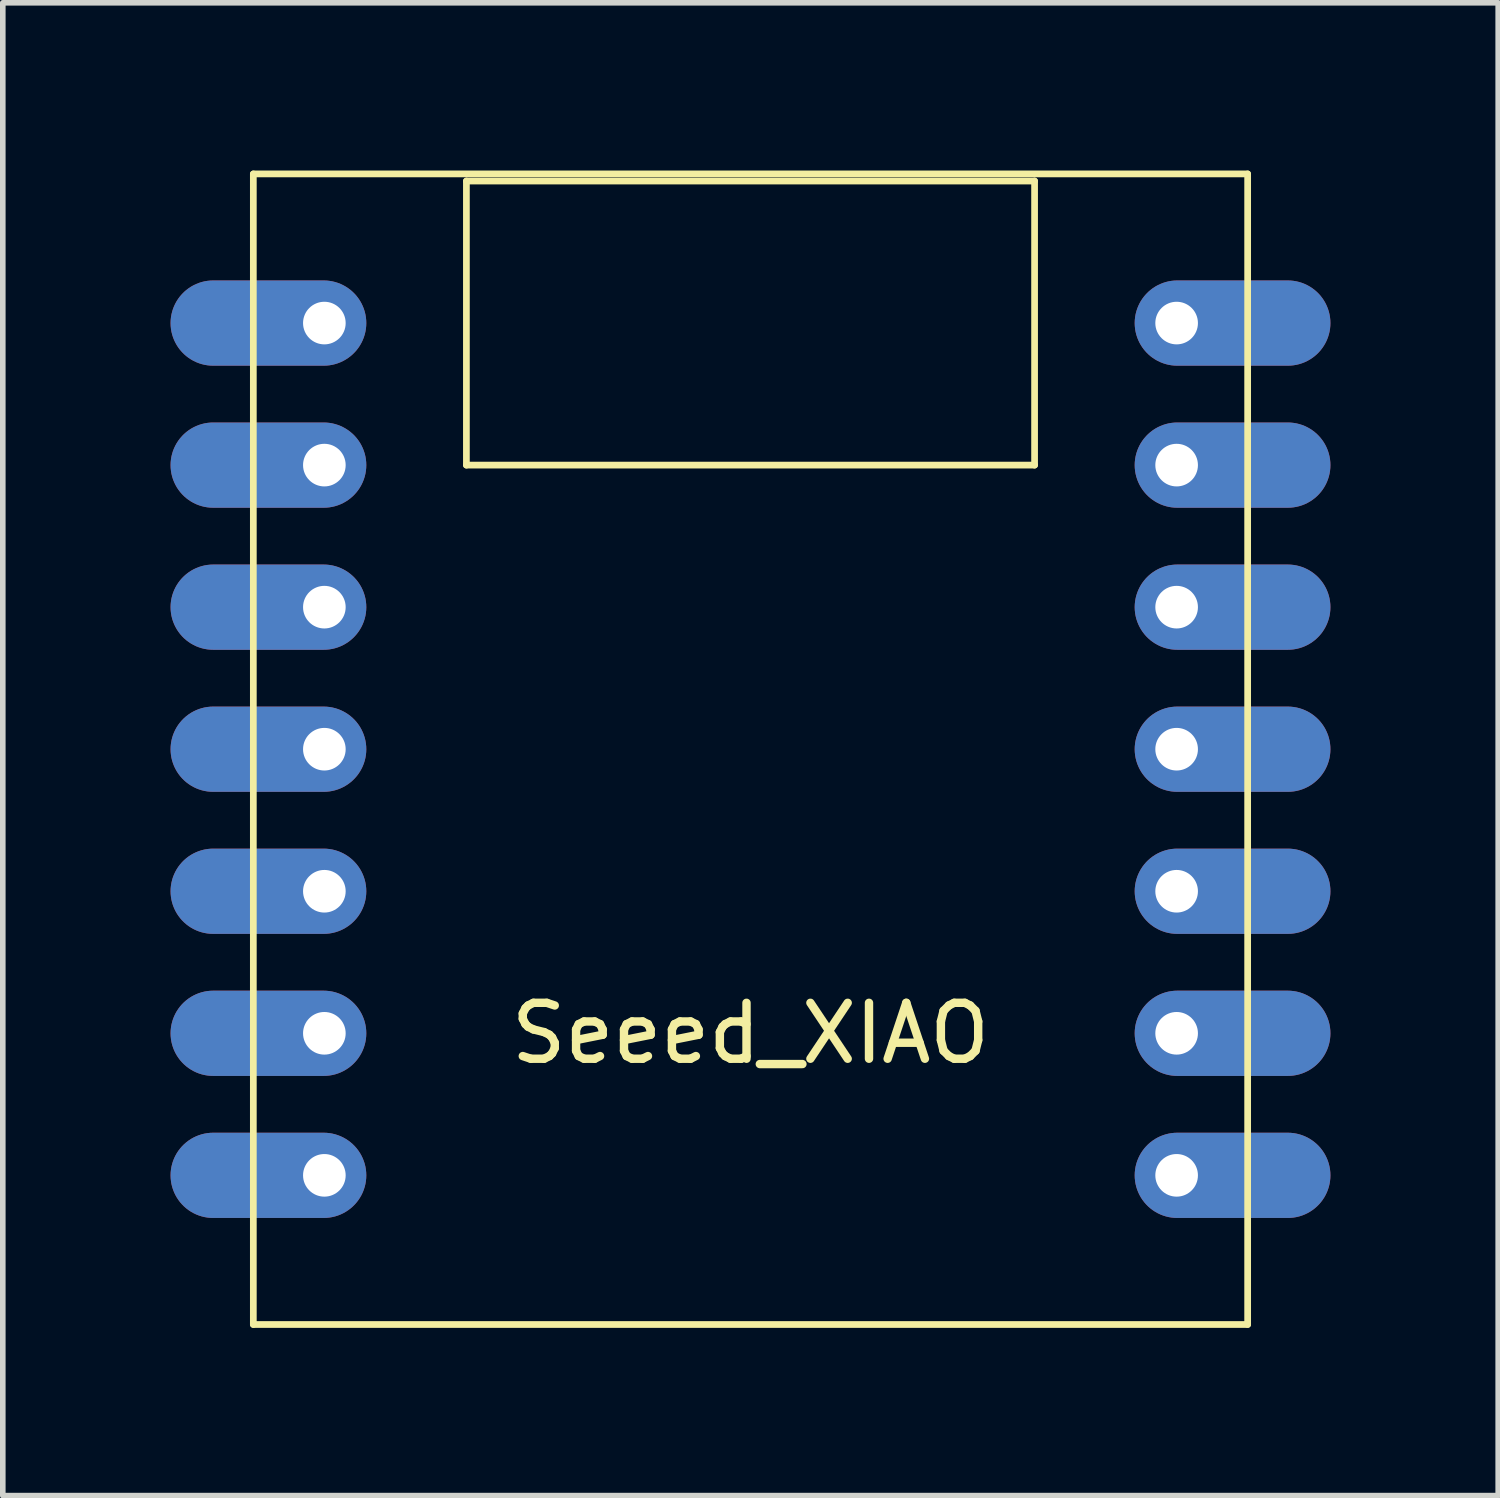
<source format=kicad_pcb>
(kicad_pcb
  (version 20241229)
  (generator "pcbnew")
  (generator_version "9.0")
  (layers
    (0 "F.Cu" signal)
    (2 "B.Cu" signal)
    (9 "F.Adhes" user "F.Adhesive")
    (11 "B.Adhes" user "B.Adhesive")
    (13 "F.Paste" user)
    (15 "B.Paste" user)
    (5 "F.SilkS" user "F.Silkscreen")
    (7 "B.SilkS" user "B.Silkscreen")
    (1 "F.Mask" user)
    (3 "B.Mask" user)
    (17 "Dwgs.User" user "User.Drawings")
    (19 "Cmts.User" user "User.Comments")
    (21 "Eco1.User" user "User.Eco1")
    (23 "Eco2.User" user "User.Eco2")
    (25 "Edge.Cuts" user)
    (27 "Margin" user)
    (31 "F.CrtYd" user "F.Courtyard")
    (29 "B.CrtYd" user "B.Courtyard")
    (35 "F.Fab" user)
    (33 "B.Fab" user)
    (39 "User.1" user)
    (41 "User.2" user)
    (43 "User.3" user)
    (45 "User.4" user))
  (footprint "Seeed_XIAO"
    (layer "F.Cu")
    (at 10.37 10.347)
    (property "Reference" "Seeed_XIAO" (at 0 5.08 0) (layer "F.SilkS") (effects (font (size 1 1) (thickness 0.15))))
    (attr through_hole)
    (fp_line (start -8.89 -10.287) (end -8.89 10.287) (stroke (width 0.12) (type solid)) (layer "F.SilkS"))
    (fp_line (start -8.89 -10.287) (end 8.89 -10.287) (stroke (width 0.12) (type solid)) (layer "F.SilkS"))
    (fp_line (start -5.08 -10.16) (end 5.08 -10.16) (stroke (width 0.12) (type solid)) (layer "F.SilkS"))
    (fp_line (start -5.08 -5.08) (end -5.08 -10.16) (stroke (width 0.12) (type solid)) (layer "F.SilkS"))
    (fp_line (start 5.08 -10.16) (end 5.08 -5.08) (stroke (width 0.12) (type solid)) (layer "F.SilkS"))
    (fp_line (start 5.08 -5.08) (end -5.08 -5.08) (stroke (width 0.12) (type solid)) (layer "F.SilkS"))
    (fp_line (start 8.89 -10.287) (end 8.89 10.287) (stroke (width 0.12) (type solid)) (layer "F.SilkS"))
    (fp_line (start 8.89 10.287) (end -8.89 10.287) (stroke (width 0.12) (type solid)) (layer "F.SilkS"))
    (pad "1" thru_hole oval (at -7.62 -7.62) (size 3.5 1.524) (drill 0.762 (offset -1 0)) (layers "*.Cu" "*.Mask"))
    (pad "2" thru_hole oval (at -7.62 -5.08) (size 3.5 1.524) (drill 0.762 (offset -1 0)) (layers "*.Cu" "*.Mask"))
    (pad "3" thru_hole oval (at -7.62 -2.54) (size 3.5 1.524) (drill 0.762 (offset -1 0)) (layers "*.Cu" "*.Mask"))
    (pad "4" thru_hole oval (at -7.62 0) (size 3.5 1.524) (drill 0.762 (offset -1 0)) (layers "*.Cu" "*.Mask"))
    (pad "5" thru_hole oval (at -7.62 2.54) (size 3.5 1.524) (drill 0.762 (offset -1 0)) (layers "*.Cu" "*.Mask"))
    (pad "6" thru_hole oval (at -7.62 5.08) (size 3.5 1.524) (drill 0.762 (offset -1 0)) (layers "*.Cu" "*.Mask"))
    (pad "7" thru_hole oval (at -7.62 7.62) (size 3.5 1.524) (drill 0.762 (offset -1 0)) (layers "*.Cu" "*.Mask"))
    (pad "8" thru_hole oval (at 7.62 7.62 180) (size 3.5 1.524) (drill 0.762 (offset -1 0)) (layers "*.Cu" "*.Mask"))
    (pad "9" thru_hole oval (at 7.62 5.08 180) (size 3.5 1.524) (drill 0.762 (offset -1 0)) (layers "*.Cu" "*.Mask"))
    (pad "10" thru_hole oval (at 7.62 2.54 180) (size 3.5 1.524) (drill 0.762 (offset -1 0)) (layers "*.Cu" "*.Mask"))
    (pad "11" thru_hole oval (at 7.62 0 180) (size 3.5 1.524) (drill 0.762 (offset -1 0)) (layers "*.Cu" "*.Mask"))
    (pad "12" thru_hole oval (at 7.62 -2.54 180) (size 3.5 1.524) (drill 0.762 (offset -1 0)) (layers "*.Cu" "*.Mask"))
    (pad "13" thru_hole oval (at 7.62 -5.08 180) (size 3.5 1.524) (drill 0.762 (offset -1 0)) (layers "*.Cu" "*.Mask"))
    (pad "14" thru_hole oval (at 7.62 -7.62 180) (size 3.5 1.524) (drill 0.762 (offset -1 0)) (layers "*.Cu" "*.Mask")))
  (gr_rect
    (start -3 -3)
    (end 23.74 23.694)
    (stroke (width 0.1) (type default))
    (fill no)
    (layer "Edge.Cuts")))
</source>
